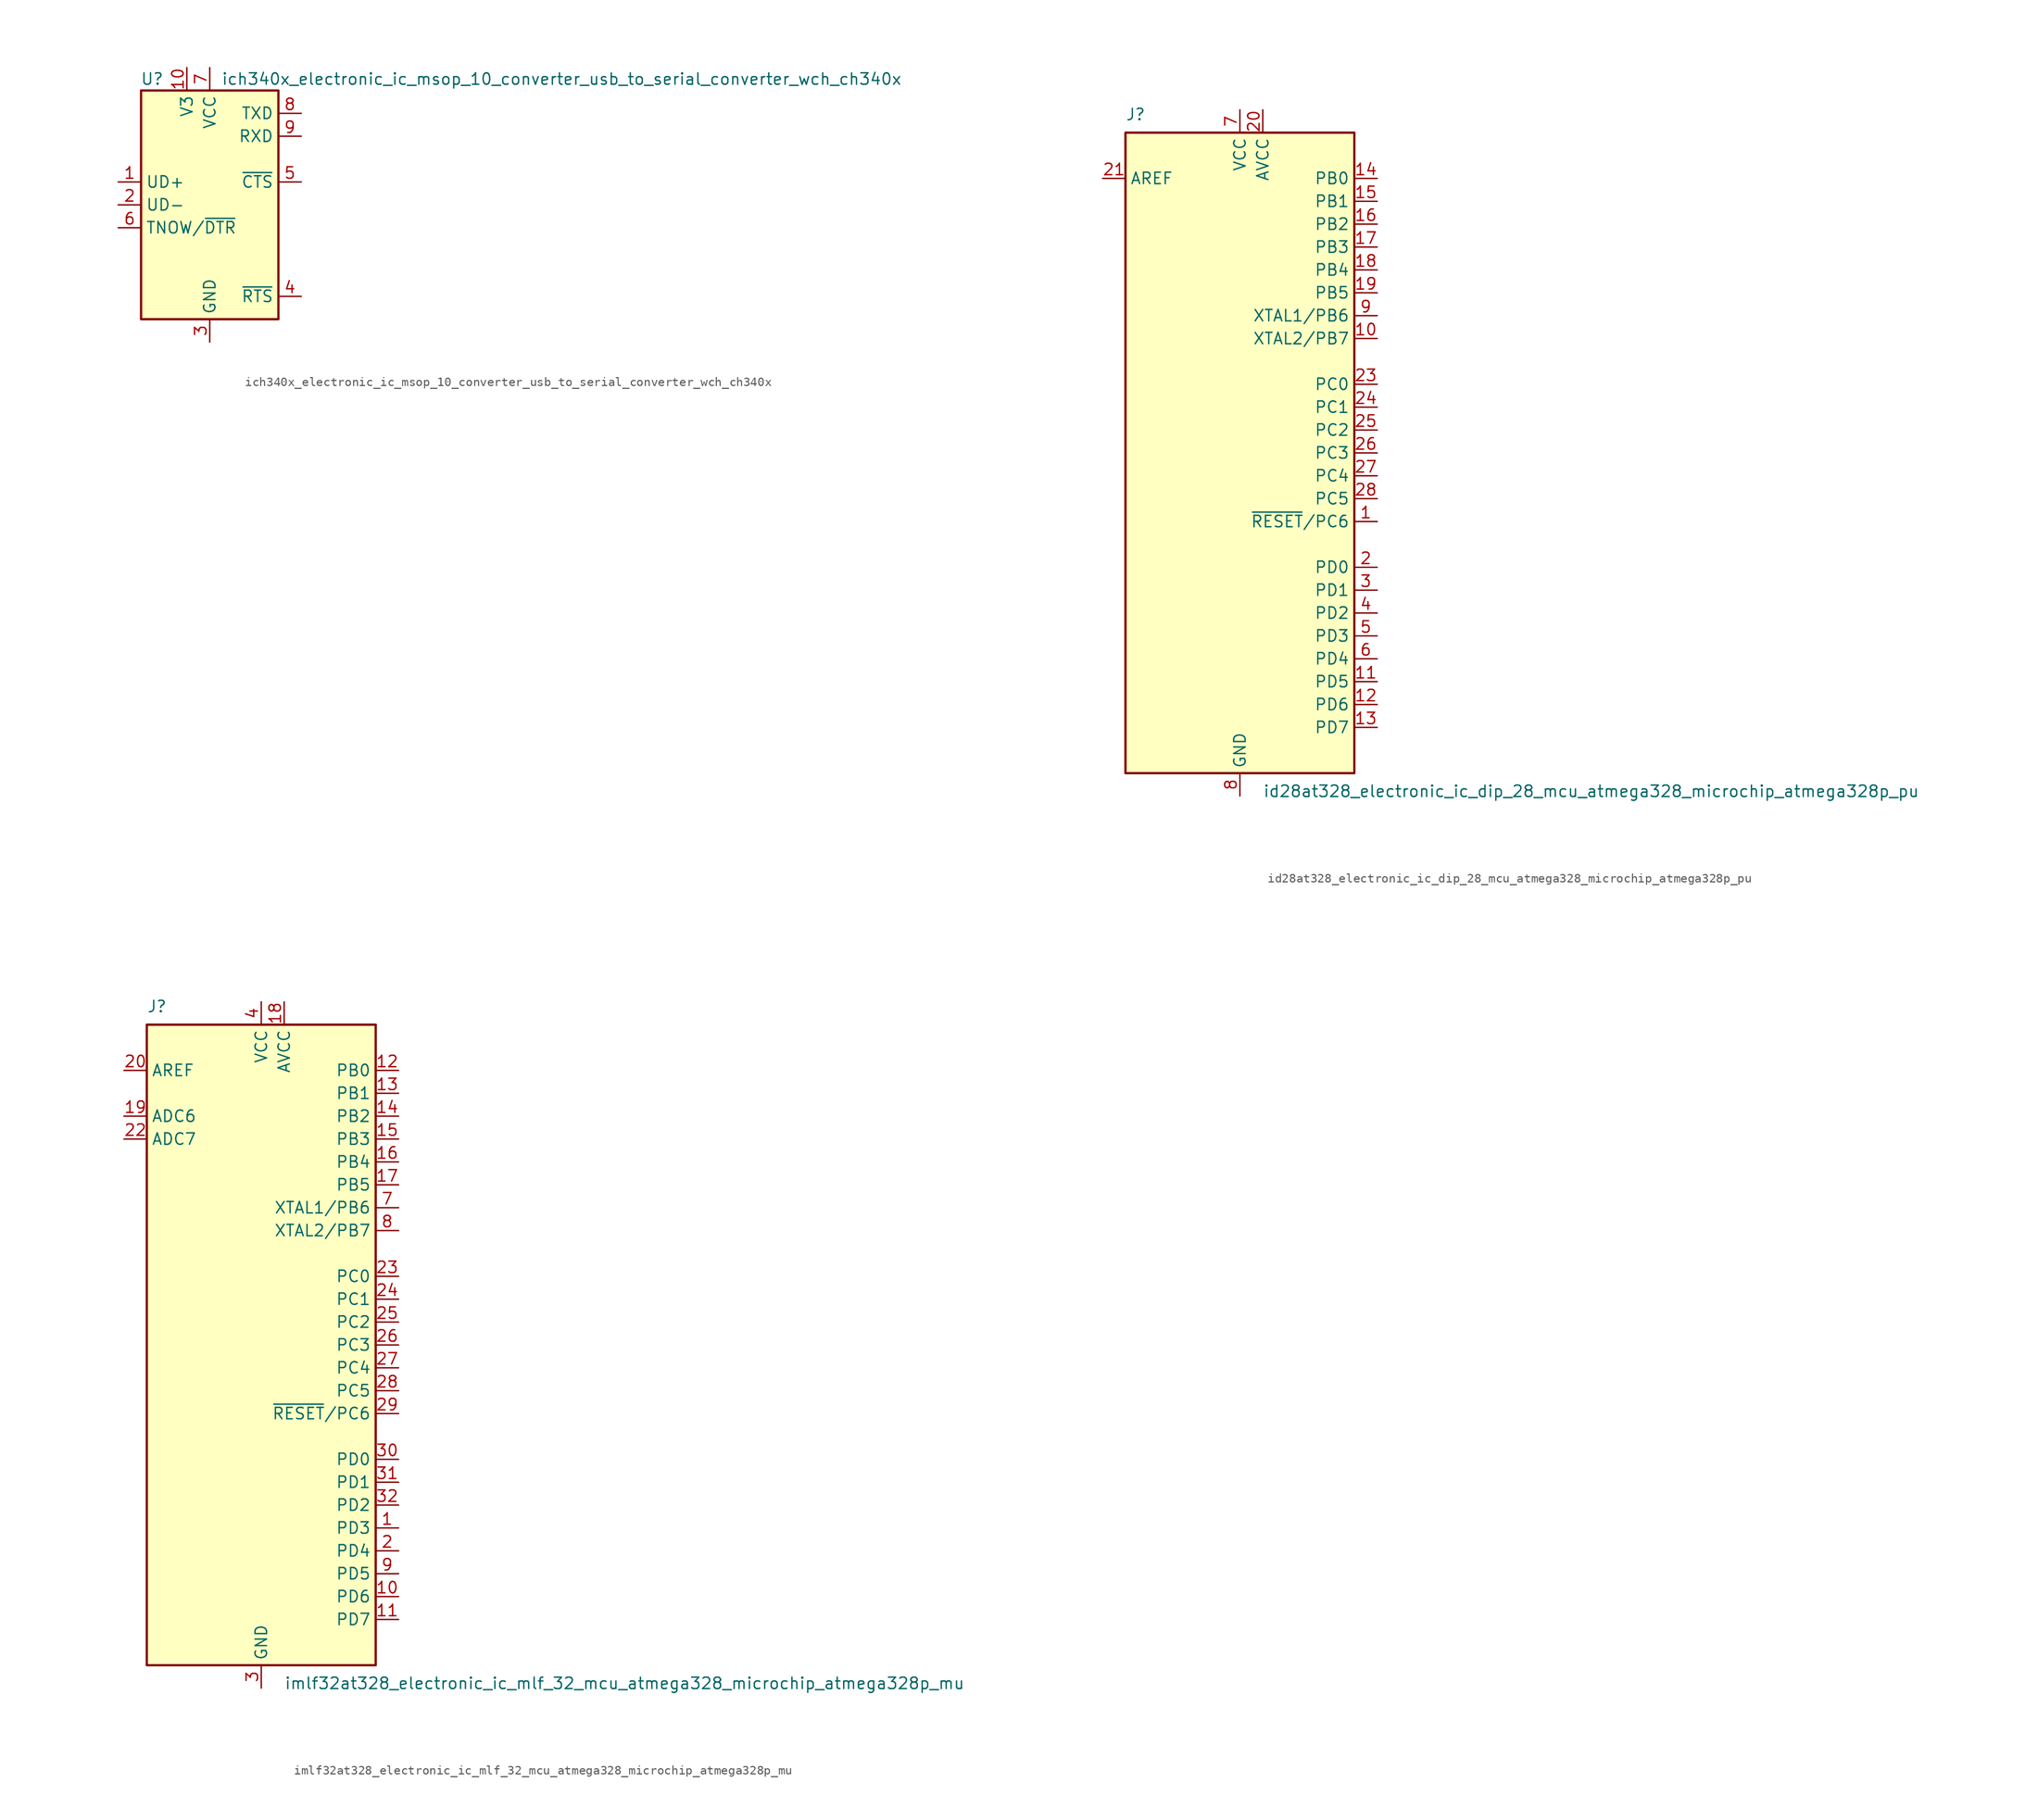
<source format=kicad_sym>
(kicad_symbol_lib
  (version 20220914)
  (generator kicad_symbol_editor)
  (symbol "ich340x_electronic_ic_msop_10_converter_usb_to_serial_converter_wch_ch340x"
    (property "Reference" "U"
      (at -5.08 13.97 0)
      (effects (font (size 1.27 1.27)) (justify right)))
    (property "Value" "ich340x_electronic_ic_msop_10_converter_usb_to_serial_converter_wch_ch340x"
      (at 1.27 13.97 0)
      (effects (font (size 1.27 1.27)) (justify left)))
    (symbol "ich340x_electronic_ic_msop_10_converter_usb_to_serial_converter_wch_ch340x_0_1"
      (rectangle (start -7.62 12.7) (end 7.62 -12.7) (stroke (width 0.254) (type default)) (fill (type background))))
    (symbol "ich340x_electronic_ic_msop_10_converter_usb_to_serial_converter_wch_ch340x_1_1"
      (pin bidirectional line (at -10.16 2.54 0) (length 2.54) (name "UD+" (effects (font (size 1.27 1.27)))) (number "1" (effects (font (size 1.27 1.27)))))
      (pin passive line (at -2.54 15.24 270) (length 2.54) (name "V3" (effects (font (size 1.27 1.27)))) (number "10" (effects (font (size 1.27 1.27)))))
      (pin bidirectional line (at -10.16 0 0) (length 2.54) (name "UD-" (effects (font (size 1.27 1.27)))) (number "2" (effects (font (size 1.27 1.27)))))
      (pin power_in line (at 0 -15.24 90) (length 2.54) (name "GND" (effects (font (size 1.27 1.27)))) (number "3" (effects (font (size 1.27 1.27)))))
      (pin output line (at 10.16 -10.16 180) (length 2.54) (name "~{RTS}" (effects (font (size 1.27 1.27)))) (number "4" (effects (font (size 1.27 1.27)))))
      (pin input line (at 10.16 2.54 180) (length 2.54) (name "~{CTS}" (effects (font (size 1.27 1.27)))) (number "5" (effects (font (size 1.27 1.27)))))
      (pin output line (at -10.16 -2.54 0) (length 2.54) (name "TNOW/~{DTR}" (effects (font (size 1.27 1.27)))) (number "6" (effects (font (size 1.27 1.27)))))
      (pin power_in line (at 0 15.24 270) (length 2.54) (name "VCC" (effects (font (size 1.27 1.27)))) (number "7" (effects (font (size 1.27 1.27)))))
      (pin output line (at 10.16 10.16 180) (length 2.54) (name "TXD" (effects (font (size 1.27 1.27)))) (number "8" (effects (font (size 1.27 1.27)))))
      (pin input line (at 10.16 7.62 180) (length 2.54) (name "RXD" (effects (font (size 1.27 1.27)))) (number "9" (effects (font (size 1.27 1.27)))))))
  (symbol "id28at328_electronic_ic_dip_28_mcu_atmega328_microchip_atmega328p_pu"
    (property "Reference" "J"
      (at -12.7 36.83 0)
      (effects (font (size 1.27 1.27)) (justify left bottom)))
    (property "Value" "id28at328_electronic_ic_dip_28_mcu_atmega328_microchip_atmega328p_pu"
      (at 2.54 -36.83 0)
      (effects (font (size 1.27 1.27)) (justify left top)))
    (symbol "id28at328_electronic_ic_dip_28_mcu_atmega328_microchip_atmega328p_pu_0_1"
      (rectangle (start -12.7 -35.56) (end 12.7 35.56) (stroke (width 0.254) (type default)) (fill (type background))))
    (symbol "id28at328_electronic_ic_dip_28_mcu_atmega328_microchip_atmega328p_pu_1_1"
      (pin bidirectional line (at 15.24 -7.62 180) (length 2.54) (name "~{RESET}/PC6" (effects (font (size 1.27 1.27)))) (number "1" (effects (font (size 1.27 1.27)))))
      (pin bidirectional line (at 15.24 12.7 180) (length 2.54) (name "XTAL2/PB7" (effects (font (size 1.27 1.27)))) (number "10" (effects (font (size 1.27 1.27)))))
      (pin bidirectional line (at 15.24 -25.4 180) (length 2.54) (name "PD5" (effects (font (size 1.27 1.27)))) (number "11" (effects (font (size 1.27 1.27)))))
      (pin bidirectional line (at 15.24 -27.94 180) (length 2.54) (name "PD6" (effects (font (size 1.27 1.27)))) (number "12" (effects (font (size 1.27 1.27)))))
      (pin bidirectional line (at 15.24 -30.48 180) (length 2.54) (name "PD7" (effects (font (size 1.27 1.27)))) (number "13" (effects (font (size 1.27 1.27)))))
      (pin bidirectional line (at 15.24 30.48 180) (length 2.54) (name "PB0" (effects (font (size 1.27 1.27)))) (number "14" (effects (font (size 1.27 1.27)))))
      (pin bidirectional line (at 15.24 27.94 180) (length 2.54) (name "PB1" (effects (font (size 1.27 1.27)))) (number "15" (effects (font (size 1.27 1.27)))))
      (pin bidirectional line (at 15.24 25.4 180) (length 2.54) (name "PB2" (effects (font (size 1.27 1.27)))) (number "16" (effects (font (size 1.27 1.27)))))
      (pin bidirectional line (at 15.24 22.86 180) (length 2.54) (name "PB3" (effects (font (size 1.27 1.27)))) (number "17" (effects (font (size 1.27 1.27)))))
      (pin bidirectional line (at 15.24 20.32 180) (length 2.54) (name "PB4" (effects (font (size 1.27 1.27)))) (number "18" (effects (font (size 1.27 1.27)))))
      (pin bidirectional line (at 15.24 17.78 180) (length 2.54) (name "PB5" (effects (font (size 1.27 1.27)))) (number "19" (effects (font (size 1.27 1.27)))))
      (pin bidirectional line (at 15.24 -12.7 180) (length 2.54) (name "PD0" (effects (font (size 1.27 1.27)))) (number "2" (effects (font (size 1.27 1.27)))))
      (pin power_in line (at 2.54 38.1 270) (length 2.54) (name "AVCC" (effects (font (size 1.27 1.27)))) (number "20" (effects (font (size 1.27 1.27)))))
      (pin passive line (at -15.24 30.48 0) (length 2.54) (name "AREF" (effects (font (size 1.27 1.27)))) (number "21" (effects (font (size 1.27 1.27)))))
      (pin passive line (at 0 -38.1 90) (length 2.54) hide (name "GND" (effects (font (size 1.27 1.27)))) (number "22" (effects (font (size 1.27 1.27)))))
      (pin bidirectional line (at 15.24 7.62 180) (length 2.54) (name "PC0" (effects (font (size 1.27 1.27)))) (number "23" (effects (font (size 1.27 1.27)))))
      (pin bidirectional line (at 15.24 5.08 180) (length 2.54) (name "PC1" (effects (font (size 1.27 1.27)))) (number "24" (effects (font (size 1.27 1.27)))))
      (pin bidirectional line (at 15.24 2.54 180) (length 2.54) (name "PC2" (effects (font (size 1.27 1.27)))) (number "25" (effects (font (size 1.27 1.27)))))
      (pin bidirectional line (at 15.24 0 180) (length 2.54) (name "PC3" (effects (font (size 1.27 1.27)))) (number "26" (effects (font (size 1.27 1.27)))))
      (pin bidirectional line (at 15.24 -2.54 180) (length 2.54) (name "PC4" (effects (font (size 1.27 1.27)))) (number "27" (effects (font (size 1.27 1.27)))))
      (pin bidirectional line (at 15.24 -5.08 180) (length 2.54) (name "PC5" (effects (font (size 1.27 1.27)))) (number "28" (effects (font (size 1.27 1.27)))))
      (pin bidirectional line (at 15.24 -15.24 180) (length 2.54) (name "PD1" (effects (font (size 1.27 1.27)))) (number "3" (effects (font (size 1.27 1.27)))))
      (pin bidirectional line (at 15.24 -17.78 180) (length 2.54) (name "PD2" (effects (font (size 1.27 1.27)))) (number "4" (effects (font (size 1.27 1.27)))))
      (pin bidirectional line (at 15.24 -20.32 180) (length 2.54) (name "PD3" (effects (font (size 1.27 1.27)))) (number "5" (effects (font (size 1.27 1.27)))))
      (pin bidirectional line (at 15.24 -22.86 180) (length 2.54) (name "PD4" (effects (font (size 1.27 1.27)))) (number "6" (effects (font (size 1.27 1.27)))))
      (pin power_in line (at 0 38.1 270) (length 2.54) (name "VCC" (effects (font (size 1.27 1.27)))) (number "7" (effects (font (size 1.27 1.27)))))
      (pin power_in line (at 0 -38.1 90) (length 2.54) (name "GND" (effects (font (size 1.27 1.27)))) (number "8" (effects (font (size 1.27 1.27)))))
      (pin bidirectional line (at 15.24 15.24 180) (length 2.54) (name "XTAL1/PB6" (effects (font (size 1.27 1.27)))) (number "9" (effects (font (size 1.27 1.27)))))))
  (symbol "imlf32at328_electronic_ic_mlf_32_mcu_atmega328_microchip_atmega328p_mu"
    (property "Reference" "J"
      (at -12.7 36.83 0)
      (effects (font (size 1.27 1.27)) (justify left bottom)))
    (property "Value" "imlf32at328_electronic_ic_mlf_32_mcu_atmega328_microchip_atmega328p_mu"
      (at 2.54 -36.83 0)
      (effects (font (size 1.27 1.27)) (justify left top)))
    (symbol "imlf32at328_electronic_ic_mlf_32_mcu_atmega328_microchip_atmega328p_mu_0_1"
      (rectangle (start -12.7 -35.56) (end 12.7 35.56) (stroke (width 0.254) (type default)) (fill (type background))))
    (symbol "imlf32at328_electronic_ic_mlf_32_mcu_atmega328_microchip_atmega328p_mu_1_1"
      (pin bidirectional line (at 15.24 -20.32 180) (length 2.54) (name "PD3" (effects (font (size 1.27 1.27)))) (number "1" (effects (font (size 1.27 1.27)))))
      (pin bidirectional line (at 15.24 -27.94 180) (length 2.54) (name "PD6" (effects (font (size 1.27 1.27)))) (number "10" (effects (font (size 1.27 1.27)))))
      (pin bidirectional line (at 15.24 -30.48 180) (length 2.54) (name "PD7" (effects (font (size 1.27 1.27)))) (number "11" (effects (font (size 1.27 1.27)))))
      (pin bidirectional line (at 15.24 30.48 180) (length 2.54) (name "PB0" (effects (font (size 1.27 1.27)))) (number "12" (effects (font (size 1.27 1.27)))))
      (pin bidirectional line (at 15.24 27.94 180) (length 2.54) (name "PB1" (effects (font (size 1.27 1.27)))) (number "13" (effects (font (size 1.27 1.27)))))
      (pin bidirectional line (at 15.24 25.4 180) (length 2.54) (name "PB2" (effects (font (size 1.27 1.27)))) (number "14" (effects (font (size 1.27 1.27)))))
      (pin bidirectional line (at 15.24 22.86 180) (length 2.54) (name "PB3" (effects (font (size 1.27 1.27)))) (number "15" (effects (font (size 1.27 1.27)))))
      (pin bidirectional line (at 15.24 20.32 180) (length 2.54) (name "PB4" (effects (font (size 1.27 1.27)))) (number "16" (effects (font (size 1.27 1.27)))))
      (pin bidirectional line (at 15.24 17.78 180) (length 2.54) (name "PB5" (effects (font (size 1.27 1.27)))) (number "17" (effects (font (size 1.27 1.27)))))
      (pin power_in line (at 2.54 38.1 270) (length 2.54) (name "AVCC" (effects (font (size 1.27 1.27)))) (number "18" (effects (font (size 1.27 1.27)))))
      (pin input line (at -15.24 25.4 0) (length 2.54) (name "ADC6" (effects (font (size 1.27 1.27)))) (number "19" (effects (font (size 1.27 1.27)))))
      (pin bidirectional line (at 15.24 -22.86 180) (length 2.54) (name "PD4" (effects (font (size 1.27 1.27)))) (number "2" (effects (font (size 1.27 1.27)))))
      (pin passive line (at -15.24 30.48 0) (length 2.54) (name "AREF" (effects (font (size 1.27 1.27)))) (number "20" (effects (font (size 1.27 1.27)))))
      (pin passive line (at 0 -38.1 90) (length 2.54) hide (name "GND" (effects (font (size 1.27 1.27)))) (number "21" (effects (font (size 1.27 1.27)))))
      (pin input line (at -15.24 22.86 0) (length 2.54) (name "ADC7" (effects (font (size 1.27 1.27)))) (number "22" (effects (font (size 1.27 1.27)))))
      (pin bidirectional line (at 15.24 7.62 180) (length 2.54) (name "PC0" (effects (font (size 1.27 1.27)))) (number "23" (effects (font (size 1.27 1.27)))))
      (pin bidirectional line (at 15.24 5.08 180) (length 2.54) (name "PC1" (effects (font (size 1.27 1.27)))) (number "24" (effects (font (size 1.27 1.27)))))
      (pin bidirectional line (at 15.24 2.54 180) (length 2.54) (name "PC2" (effects (font (size 1.27 1.27)))) (number "25" (effects (font (size 1.27 1.27)))))
      (pin bidirectional line (at 15.24 0 180) (length 2.54) (name "PC3" (effects (font (size 1.27 1.27)))) (number "26" (effects (font (size 1.27 1.27)))))
      (pin bidirectional line (at 15.24 -2.54 180) (length 2.54) (name "PC4" (effects (font (size 1.27 1.27)))) (number "27" (effects (font (size 1.27 1.27)))))
      (pin bidirectional line (at 15.24 -5.08 180) (length 2.54) (name "PC5" (effects (font (size 1.27 1.27)))) (number "28" (effects (font (size 1.27 1.27)))))
      (pin bidirectional line (at 15.24 -7.62 180) (length 2.54) (name "~{RESET}/PC6" (effects (font (size 1.27 1.27)))) (number "29" (effects (font (size 1.27 1.27)))))
      (pin power_in line (at 0 -38.1 90) (length 2.54) (name "GND" (effects (font (size 1.27 1.27)))) (number "3" (effects (font (size 1.27 1.27)))))
      (pin bidirectional line (at 15.24 -12.7 180) (length 2.54) (name "PD0" (effects (font (size 1.27 1.27)))) (number "30" (effects (font (size 1.27 1.27)))))
      (pin bidirectional line (at 15.24 -15.24 180) (length 2.54) (name "PD1" (effects (font (size 1.27 1.27)))) (number "31" (effects (font (size 1.27 1.27)))))
      (pin bidirectional line (at 15.24 -17.78 180) (length 2.54) (name "PD2" (effects (font (size 1.27 1.27)))) (number "32" (effects (font (size 1.27 1.27)))))
      (pin passive line (at 0 -38.1 90) (length 2.54) hide (name "GND" (effects (font (size 1.27 1.27)))) (number "33" (effects (font (size 1.27 1.27)))))
      (pin power_in line (at 0 38.1 270) (length 2.54) (name "VCC" (effects (font (size 1.27 1.27)))) (number "4" (effects (font (size 1.27 1.27)))))
      (pin passive line (at 0 -38.1 90) (length 2.54) hide (name "GND" (effects (font (size 1.27 1.27)))) (number "5" (effects (font (size 1.27 1.27)))))
      (pin passive line (at 0 38.1 270) (length 2.54) hide (name "VCC" (effects (font (size 1.27 1.27)))) (number "6" (effects (font (size 1.27 1.27)))))
      (pin bidirectional line (at 15.24 15.24 180) (length 2.54) (name "XTAL1/PB6" (effects (font (size 1.27 1.27)))) (number "7" (effects (font (size 1.27 1.27)))))
      (pin bidirectional line (at 15.24 12.7 180) (length 2.54) (name "XTAL2/PB7" (effects (font (size 1.27 1.27)))) (number "8" (effects (font (size 1.27 1.27)))))
      (pin bidirectional line (at 15.24 -25.4 180) (length 2.54) (name "PD5" (effects (font (size 1.27 1.27)))) (number "9" (effects (font (size 1.27 1.27))))))))
</source>
